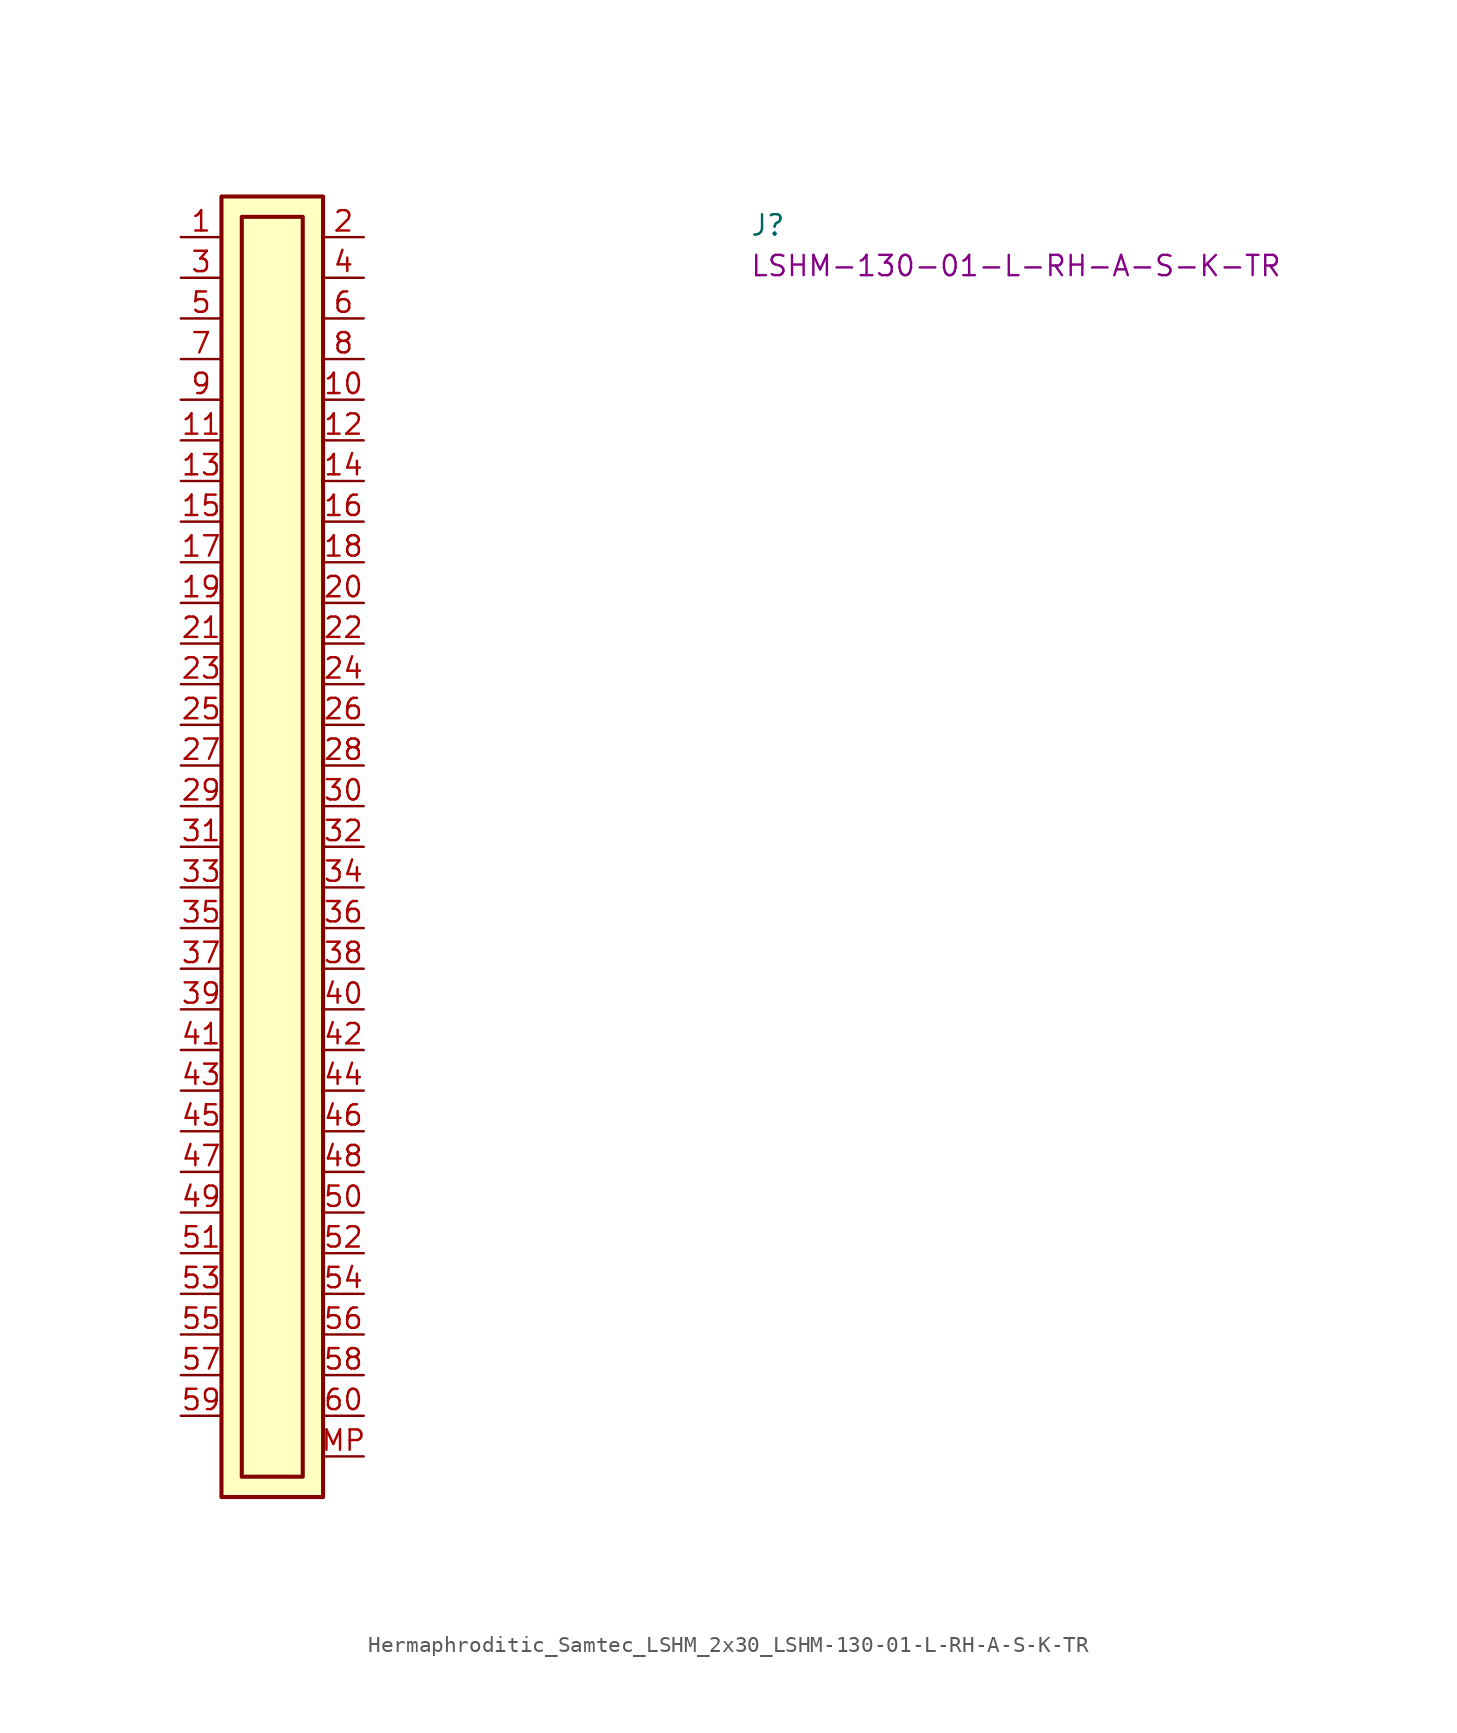
<source format=kicad_sym>
(kicad_symbol_lib
  (version 20220914)
  (generator kicad_symbol_editor)
  (symbol "Hermaphroditic_Samtec_LSHM_2x30_LSHM-130-01-L-RH-A-S-K-TR"
    (pin_names hide)
    (property "Reference" "J"
      (at 35.56 0 0)
      (effects (font (size 1.27 1.27) (thickness 0.15)) (justify left bottom)))
    (property "MPN" "LSHM-130-01-L-RH-A-S-K-TR"
      (at 35.56 -2.54 0)
      (effects (font (size 1.27 1.27) (thickness 0.15)) (justify left bottom)))
    (symbol "Hermaphroditic_Samtec_LSHM_2x30_LSHM-130-01-L-RH-A-S-K-TR_1_1"
      (rectangle (start 2.54 2.54) (end 8.89 -78.74) (stroke (width 0.254) (type default)) (fill (type background)))
      (rectangle (start 3.81 1.27) (end 7.62 -77.47) (stroke (width 0.254) (type default)) (fill (type background)))
      (pin passive line (at 0 0 0) (length 2.54) (name "~" (effects (font (size 1.27 1.27)))) (number "1" (effects (font (size 1.27 1.27)))))
      (pin passive line (at 11.43 -10.16 180) (length 2.54) (name "~" (effects (font (size 1.27 1.27)))) (number "10" (effects (font (size 1.27 1.27)))))
      (pin passive line (at 0 -12.7 0) (length 2.54) (name "~" (effects (font (size 1.27 1.27)))) (number "11" (effects (font (size 1.27 1.27)))))
      (pin passive line (at 11.43 -12.7 180) (length 2.54) (name "~" (effects (font (size 1.27 1.27)))) (number "12" (effects (font (size 1.27 1.27)))))
      (pin passive line (at 0 -15.24 0) (length 2.54) (name "~" (effects (font (size 1.27 1.27)))) (number "13" (effects (font (size 1.27 1.27)))))
      (pin passive line (at 11.43 -15.24 180) (length 2.54) (name "~" (effects (font (size 1.27 1.27)))) (number "14" (effects (font (size 1.27 1.27)))))
      (pin passive line (at 0 -17.78 0) (length 2.54) (name "~" (effects (font (size 1.27 1.27)))) (number "15" (effects (font (size 1.27 1.27)))))
      (pin passive line (at 11.43 -17.78 180) (length 2.54) (name "~" (effects (font (size 1.27 1.27)))) (number "16" (effects (font (size 1.27 1.27)))))
      (pin passive line (at 0 -20.32 0) (length 2.54) (name "~" (effects (font (size 1.27 1.27)))) (number "17" (effects (font (size 1.27 1.27)))))
      (pin passive line (at 11.43 -20.32 180) (length 2.54) (name "~" (effects (font (size 1.27 1.27)))) (number "18" (effects (font (size 1.27 1.27)))))
      (pin passive line (at 0 -22.86 0) (length 2.54) (name "~" (effects (font (size 1.27 1.27)))) (number "19" (effects (font (size 1.27 1.27)))))
      (pin passive line (at 11.43 0 180) (length 2.54) (name "~" (effects (font (size 1.27 1.27)))) (number "2" (effects (font (size 1.27 1.27)))))
      (pin passive line (at 11.43 -22.86 180) (length 2.54) (name "~" (effects (font (size 1.27 1.27)))) (number "20" (effects (font (size 1.27 1.27)))))
      (pin passive line (at 0 -25.4 0) (length 2.54) (name "~" (effects (font (size 1.27 1.27)))) (number "21" (effects (font (size 1.27 1.27)))))
      (pin passive line (at 11.43 -25.4 180) (length 2.54) (name "~" (effects (font (size 1.27 1.27)))) (number "22" (effects (font (size 1.27 1.27)))))
      (pin passive line (at 0 -27.94 0) (length 2.54) (name "~" (effects (font (size 1.27 1.27)))) (number "23" (effects (font (size 1.27 1.27)))))
      (pin passive line (at 11.43 -27.94 180) (length 2.54) (name "~" (effects (font (size 1.27 1.27)))) (number "24" (effects (font (size 1.27 1.27)))))
      (pin passive line (at 0 -30.48 0) (length 2.54) (name "~" (effects (font (size 1.27 1.27)))) (number "25" (effects (font (size 1.27 1.27)))))
      (pin passive line (at 11.43 -30.48 180) (length 2.54) (name "~" (effects (font (size 1.27 1.27)))) (number "26" (effects (font (size 1.27 1.27)))))
      (pin passive line (at 0 -33.02 0) (length 2.54) (name "~" (effects (font (size 1.27 1.27)))) (number "27" (effects (font (size 1.27 1.27)))))
      (pin passive line (at 11.43 -33.02 180) (length 2.54) (name "~" (effects (font (size 1.27 1.27)))) (number "28" (effects (font (size 1.27 1.27)))))
      (pin passive line (at 0 -35.56 0) (length 2.54) (name "~" (effects (font (size 1.27 1.27)))) (number "29" (effects (font (size 1.27 1.27)))))
      (pin passive line (at 0 -2.54 0) (length 2.54) (name "~" (effects (font (size 1.27 1.27)))) (number "3" (effects (font (size 1.27 1.27)))))
      (pin passive line (at 11.43 -35.56 180) (length 2.54) (name "~" (effects (font (size 1.27 1.27)))) (number "30" (effects (font (size 1.27 1.27)))))
      (pin passive line (at 0 -38.1 0) (length 2.54) (name "~" (effects (font (size 1.27 1.27)))) (number "31" (effects (font (size 1.27 1.27)))))
      (pin passive line (at 11.43 -38.1 180) (length 2.54) (name "~" (effects (font (size 1.27 1.27)))) (number "32" (effects (font (size 1.27 1.27)))))
      (pin passive line (at 0 -40.64 0) (length 2.54) (name "~" (effects (font (size 1.27 1.27)))) (number "33" (effects (font (size 1.27 1.27)))))
      (pin passive line (at 11.43 -40.64 180) (length 2.54) (name "~" (effects (font (size 1.27 1.27)))) (number "34" (effects (font (size 1.27 1.27)))))
      (pin passive line (at 0 -43.18 0) (length 2.54) (name "~" (effects (font (size 1.27 1.27)))) (number "35" (effects (font (size 1.27 1.27)))))
      (pin passive line (at 11.43 -43.18 180) (length 2.54) (name "~" (effects (font (size 1.27 1.27)))) (number "36" (effects (font (size 1.27 1.27)))))
      (pin passive line (at 0 -45.72 0) (length 2.54) (name "~" (effects (font (size 1.27 1.27)))) (number "37" (effects (font (size 1.27 1.27)))))
      (pin passive line (at 11.43 -45.72 180) (length 2.54) (name "~" (effects (font (size 1.27 1.27)))) (number "38" (effects (font (size 1.27 1.27)))))
      (pin passive line (at 0 -48.26 0) (length 2.54) (name "~" (effects (font (size 1.27 1.27)))) (number "39" (effects (font (size 1.27 1.27)))))
      (pin passive line (at 11.43 -2.54 180) (length 2.54) (name "~" (effects (font (size 1.27 1.27)))) (number "4" (effects (font (size 1.27 1.27)))))
      (pin passive line (at 11.43 -48.26 180) (length 2.54) (name "~" (effects (font (size 1.27 1.27)))) (number "40" (effects (font (size 1.27 1.27)))))
      (pin passive line (at 0 -50.8 0) (length 2.54) (name "~" (effects (font (size 1.27 1.27)))) (number "41" (effects (font (size 1.27 1.27)))))
      (pin passive line (at 11.43 -50.8 180) (length 2.54) (name "~" (effects (font (size 1.27 1.27)))) (number "42" (effects (font (size 1.27 1.27)))))
      (pin passive line (at 0 -53.34 0) (length 2.54) (name "~" (effects (font (size 1.27 1.27)))) (number "43" (effects (font (size 1.27 1.27)))))
      (pin passive line (at 11.43 -53.34 180) (length 2.54) (name "~" (effects (font (size 1.27 1.27)))) (number "44" (effects (font (size 1.27 1.27)))))
      (pin passive line (at 0 -55.88 0) (length 2.54) (name "~" (effects (font (size 1.27 1.27)))) (number "45" (effects (font (size 1.27 1.27)))))
      (pin passive line (at 11.43 -55.88 180) (length 2.54) (name "~" (effects (font (size 1.27 1.27)))) (number "46" (effects (font (size 1.27 1.27)))))
      (pin passive line (at 0 -58.42 0) (length 2.54) (name "~" (effects (font (size 1.27 1.27)))) (number "47" (effects (font (size 1.27 1.27)))))
      (pin passive line (at 11.43 -58.42 180) (length 2.54) (name "~" (effects (font (size 1.27 1.27)))) (number "48" (effects (font (size 1.27 1.27)))))
      (pin passive line (at 0 -60.96 0) (length 2.54) (name "~" (effects (font (size 1.27 1.27)))) (number "49" (effects (font (size 1.27 1.27)))))
      (pin passive line (at 0 -5.08 0) (length 2.54) (name "~" (effects (font (size 1.27 1.27)))) (number "5" (effects (font (size 1.27 1.27)))))
      (pin passive line (at 11.43 -60.96 180) (length 2.54) (name "~" (effects (font (size 1.27 1.27)))) (number "50" (effects (font (size 1.27 1.27)))))
      (pin passive line (at 0 -63.5 0) (length 2.54) (name "~" (effects (font (size 1.27 1.27)))) (number "51" (effects (font (size 1.27 1.27)))))
      (pin passive line (at 11.43 -63.5 180) (length 2.54) (name "~" (effects (font (size 1.27 1.27)))) (number "52" (effects (font (size 1.27 1.27)))))
      (pin passive line (at 0 -66.04 0) (length 2.54) (name "~" (effects (font (size 1.27 1.27)))) (number "53" (effects (font (size 1.27 1.27)))))
      (pin passive line (at 11.43 -66.04 180) (length 2.54) (name "~" (effects (font (size 1.27 1.27)))) (number "54" (effects (font (size 1.27 1.27)))))
      (pin passive line (at 0 -68.58 0) (length 2.54) (name "~" (effects (font (size 1.27 1.27)))) (number "55" (effects (font (size 1.27 1.27)))))
      (pin passive line (at 11.43 -68.58 180) (length 2.54) (name "~" (effects (font (size 1.27 1.27)))) (number "56" (effects (font (size 1.27 1.27)))))
      (pin passive line (at 0 -71.12 0) (length 2.54) (name "~" (effects (font (size 1.27 1.27)))) (number "57" (effects (font (size 1.27 1.27)))))
      (pin passive line (at 11.43 -71.12 180) (length 2.54) (name "~" (effects (font (size 1.27 1.27)))) (number "58" (effects (font (size 1.27 1.27)))))
      (pin passive line (at 0 -73.66 0) (length 2.54) (name "~" (effects (font (size 1.27 1.27)))) (number "59" (effects (font (size 1.27 1.27)))))
      (pin passive line (at 11.43 -5.08 180) (length 2.54) (name "~" (effects (font (size 1.27 1.27)))) (number "6" (effects (font (size 1.27 1.27)))))
      (pin passive line (at 11.43 -73.66 180) (length 2.54) (name "~" (effects (font (size 1.27 1.27)))) (number "60" (effects (font (size 1.27 1.27)))))
      (pin passive line (at 0 -7.62 0) (length 2.54) (name "~" (effects (font (size 1.27 1.27)))) (number "7" (effects (font (size 1.27 1.27)))))
      (pin passive line (at 11.43 -7.62 180) (length 2.54) (name "~" (effects (font (size 1.27 1.27)))) (number "8" (effects (font (size 1.27 1.27)))))
      (pin passive line (at 0 -10.16 0) (length 2.54) (name "~" (effects (font (size 1.27 1.27)))) (number "9" (effects (font (size 1.27 1.27)))))
      (pin passive line (at 11.43 -76.2 180) (length 2.54) (name "MP" (effects (font (size 1.27 1.27)))) (number "MP" (effects (font (size 1.27 1.27))))))))
</source>
